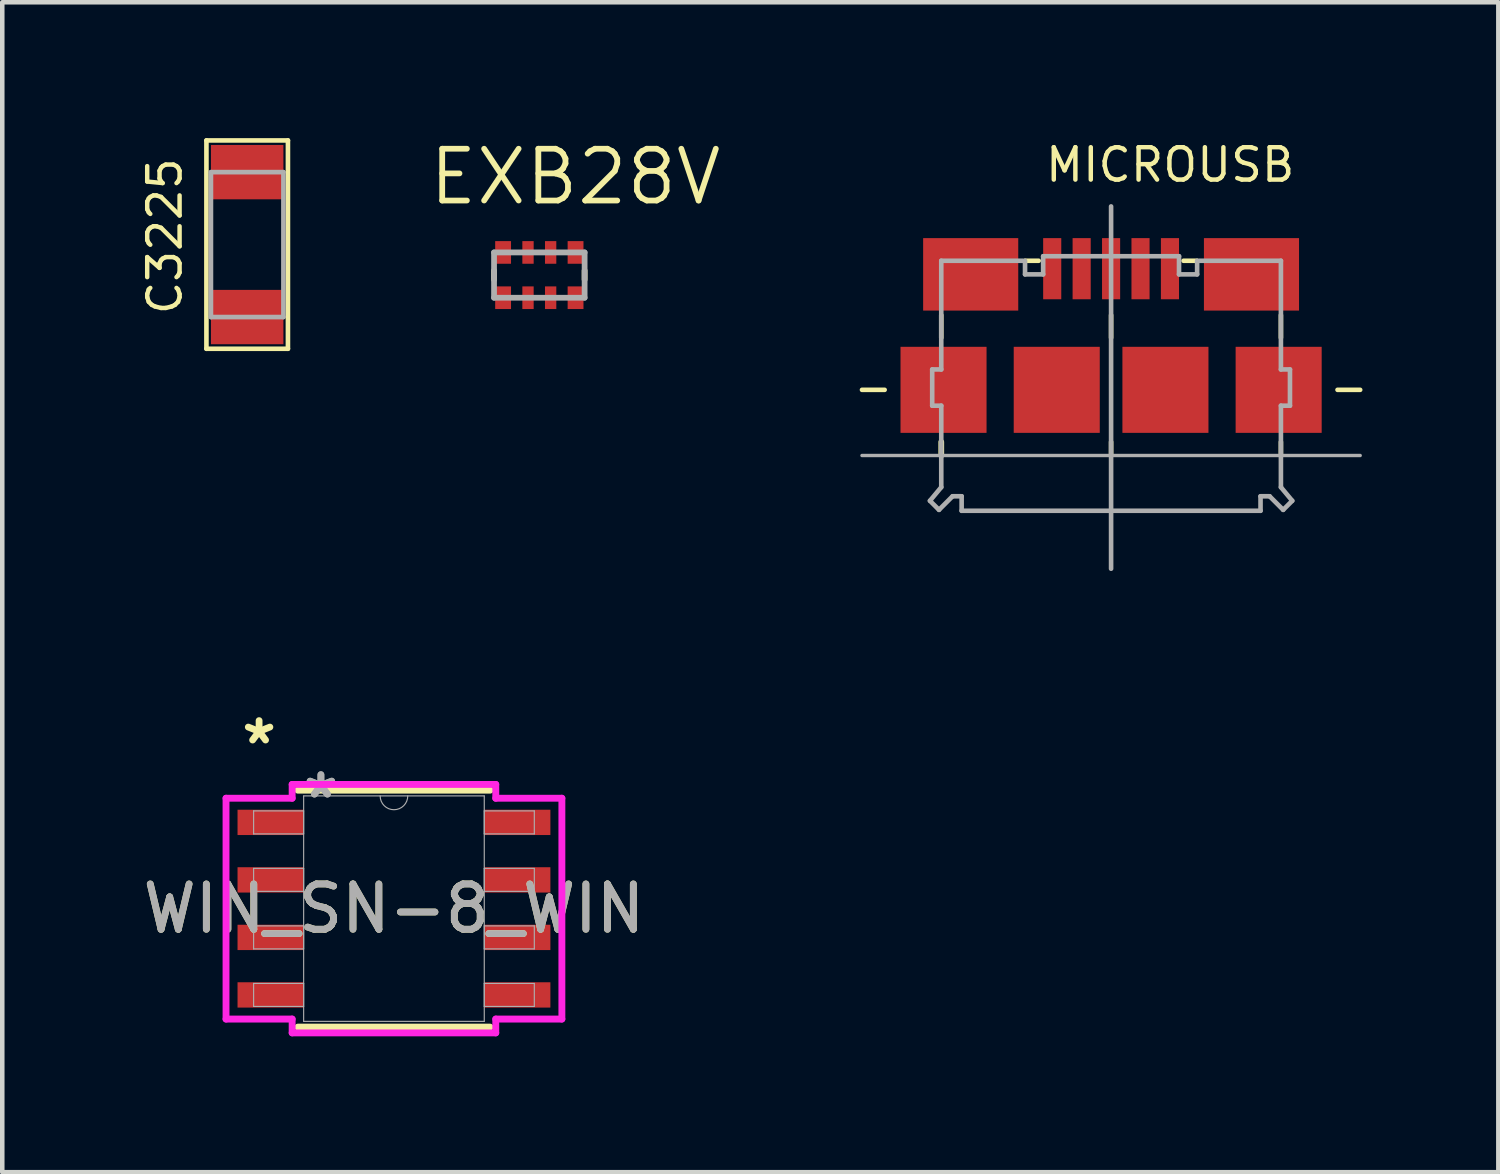
<source format=kicad_pcb>
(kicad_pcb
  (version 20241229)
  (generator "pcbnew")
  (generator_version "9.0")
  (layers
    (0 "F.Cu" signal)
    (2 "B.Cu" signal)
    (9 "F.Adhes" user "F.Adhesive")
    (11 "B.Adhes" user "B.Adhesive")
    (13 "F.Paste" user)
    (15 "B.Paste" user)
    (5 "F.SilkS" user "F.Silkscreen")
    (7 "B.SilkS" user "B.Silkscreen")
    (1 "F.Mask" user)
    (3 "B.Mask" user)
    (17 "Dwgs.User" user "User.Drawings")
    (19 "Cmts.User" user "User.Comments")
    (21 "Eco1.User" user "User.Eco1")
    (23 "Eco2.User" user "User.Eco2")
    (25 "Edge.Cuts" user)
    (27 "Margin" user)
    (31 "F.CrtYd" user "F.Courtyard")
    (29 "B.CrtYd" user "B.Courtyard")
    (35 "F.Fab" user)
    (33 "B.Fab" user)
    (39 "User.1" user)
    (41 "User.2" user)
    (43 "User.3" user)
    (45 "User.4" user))
  (footprint "MICROUSB"
    (layer "F.Cu")
    (at 21.484 7.008)
    (property "Reference" "MICROUSB" (at -1.5 -6 0) (layer "F.SilkS") (effects (font (size 0.715 0.715) (thickness 0.098)) (justify left bottom)))
    (fp_line (start -5 -1.45) (end -5.5 -1.45) (stroke (width 0.102) (type solid)) (layer "F.SilkS"))
    (fp_line (start -3.75 -2.6) (end -3.75 -3.1) (stroke (width 0.102) (type solid)) (layer "F.SilkS"))
    (fp_line (start -3.75 -0.3) (end -3.75 0) (stroke (width 0.127) (type solid)) (layer "F.SilkS"))
    (fp_line (start -1.9 -4.3) (end -1.6 -4.3) (stroke (width 0.102) (type solid)) (layer "F.SilkS"))
    (fp_line (start 0 -3.1) (end 0 -2.6) (stroke (width 0.102) (type solid)) (layer "F.SilkS"))
    (fp_line (start 0 -0.3) (end 0 0) (stroke (width 0.102) (type solid)) (layer "F.SilkS"))
    (fp_line (start 1.9 -4.3) (end 1.6 -4.3) (stroke (width 0.102) (type solid)) (layer "F.SilkS"))
    (fp_line (start 3.75 -2.6) (end 3.75 -3.1) (stroke (width 0.102) (type solid)) (layer "F.SilkS"))
    (fp_line (start 3.75 0) (end 3.75 -0.3) (stroke (width 0.102) (type solid)) (layer "F.SilkS"))
    (fp_line (start 5.5 -1.45) (end 5 -1.45) (stroke (width 0.102) (type solid)) (layer "F.SilkS"))
    (fp_line (start -5.5 0) (end 5.5 0) (stroke (width 0.076) (type solid)) (layer "F.Fab"))
    (fp_line (start -4 1) (end -3.8 1.2) (stroke (width 0.102) (type solid)) (layer "F.Fab"))
    (fp_line (start -3.95 -1.9) (end -3.95 -1.1) (stroke (width 0.102) (type solid)) (layer "F.Fab"))
    (fp_line (start -3.95 -1.9) (end -3.75 -1.9) (stroke (width 0.102) (type solid)) (layer "F.Fab"))
    (fp_line (start -3.95 -1.1) (end -3.75 -1.1) (stroke (width 0.102) (type solid)) (layer "F.Fab"))
    (fp_line (start -3.8 1.2) (end -3.5 0.9) (stroke (width 0.102) (type solid)) (layer "F.Fab"))
    (fp_line (start -3.75 -4.3) (end -3.75 -1.9) (stroke (width 0.102) (type solid)) (layer "F.Fab"))
    (fp_line (start -3.75 -4.3) (end -1.95 -4.3) (stroke (width 0.102) (type solid)) (layer "F.Fab"))
    (fp_line (start -3.75 -1.1) (end -3.75 0.7) (stroke (width 0.102) (type solid)) (layer "F.Fab"))
    (fp_line (start -3.75 0.7) (end -4 1) (stroke (width 0.102) (type solid)) (layer "F.Fab"))
    (fp_line (start -3.5 0.9) (end -3.3 0.9) (stroke (width 0.102) (type solid)) (layer "F.Fab"))
    (fp_line (start -3.3 0.9) (end -3.3 1.22) (stroke (width 0.102) (type solid)) (layer "F.Fab"))
    (fp_line (start -1.9 -4.3) (end -1.9 -4) (stroke (width 0.102) (type solid)) (layer "F.Fab"))
    (fp_line (start -1.9 -4) (end -1.5 -4) (stroke (width 0.102) (type solid)) (layer "F.Fab"))
    (fp_line (start -1.5 -4) (end -1.5 -4.4) (stroke (width 0.102) (type solid)) (layer "F.Fab"))
    (fp_line (start 0 2.5) (end 0 -5.5) (stroke (width 0.102) (type solid)) (layer "F.Fab"))
    (fp_line (start 1.5 -4.4) (end -1.5 -4.4) (stroke (width 0.102) (type solid)) (layer "F.Fab"))
    (fp_line (start 1.5 -4) (end 1.5 -4.4) (stroke (width 0.102) (type solid)) (layer "F.Fab"))
    (fp_line (start 1.9 -4.3) (end 1.9 -4) (stroke (width 0.102) (type solid)) (layer "F.Fab"))
    (fp_line (start 1.9 -4) (end 1.5 -4) (stroke (width 0.102) (type solid)) (layer "F.Fab"))
    (fp_line (start 3.3 0.9) (end 3.3 1.22) (stroke (width 0.102) (type solid)) (layer "F.Fab"))
    (fp_line (start 3.3 1.22) (end -3.3 1.22) (stroke (width 0.102) (type solid)) (layer "F.Fab"))
    (fp_line (start 3.5 0.9) (end 3.3 0.9) (stroke (width 0.102) (type solid)) (layer "F.Fab"))
    (fp_line (start 3.75 -4.3) (end 1.95 -4.3) (stroke (width 0.102) (type solid)) (layer "F.Fab"))
    (fp_line (start 3.75 -4.3) (end 3.75 -1.9) (stroke (width 0.102) (type solid)) (layer "F.Fab"))
    (fp_line (start 3.75 -1.1) (end 3.75 0.7) (stroke (width 0.102) (type solid)) (layer "F.Fab"))
    (fp_line (start 3.75 0.7) (end 4 1) (stroke (width 0.102) (type solid)) (layer "F.Fab"))
    (fp_line (start 3.8 1.2) (end 3.5 0.9) (stroke (width 0.102) (type solid)) (layer "F.Fab"))
    (fp_line (start 3.95 -1.9) (end 3.75 -1.9) (stroke (width 0.102) (type solid)) (layer "F.Fab"))
    (fp_line (start 3.95 -1.9) (end 3.95 -1.1) (stroke (width 0.102) (type solid)) (layer "F.Fab"))
    (fp_line (start 3.95 -1.1) (end 3.75 -1.1) (stroke (width 0.102) (type solid)) (layer "F.Fab"))
    (fp_line (start 4 1) (end 3.8 1.2) (stroke (width 0.102) (type solid)) (layer "F.Fab"))
    (pad "1" smd rect (at -1.3 -4.125 180) (size 0.4 1.35) (layers "F.Cu" "F.Mask" "F.Paste"))
    (pad "2" smd rect (at -0.65 -4.125 180) (size 0.4 1.35) (layers "F.Cu" "F.Mask" "F.Paste"))
    (pad "3" smd rect (at 0 -4.125 180) (size 0.4 1.35) (layers "F.Cu" "F.Mask" "F.Paste"))
    (pad "4" smd rect (at 0.65 -4.125 180) (size 0.4 1.35) (layers "F.Cu" "F.Mask" "F.Paste"))
    (pad "5" smd rect (at 1.3 -4.125 180) (size 0.4 1.35) (layers "F.Cu" "F.Mask" "F.Paste"))
    (pad "G1" smd rect (at -3.7 -1.45) (size 1.9 1.9) (layers "F.Cu" "F.Mask" "F.Paste"))
    (pad "G2" smd rect (at 3.7 -1.45) (size 1.9 1.9) (layers "F.Cu" "F.Mask" "F.Paste"))
    (pad "G3" smd rect (at -3.1 -4 180) (size 2.1 1.6) (layers "F.Cu" "F.Mask" "F.Paste"))
    (pad "G4" smd rect (at 3.1 -4 180) (size 2.1 1.6) (layers "F.Cu" "F.Mask" "F.Paste"))
    (pad "G5" smd rect (at -1.2 -1.45) (size 1.9 1.9) (layers "F.Cu" "F.Mask" "F.Paste"))
    (pad "G6" smd rect (at 1.2 -1.45) (size 1.9 1.9) (layers "F.Cu" "F.Mask" "F.Paste")))
  (footprint "EXB28V"
    (layer "F.Cu")
    (at 8.859 3.024)
    (property "Reference" "EXB28V" (at -2.5 -1.5 0) (layer "F.SilkS") (effects (font (size 1.143 1.143) (thickness 0.127)) (justify left bottom)))
    (fp_line (start -1 -0.1) (end -1 0.1) (stroke (width 0.127) (type solid)) (layer "F.SilkS"))
    (fp_line (start 1 -0.1) (end 1 0.1) (stroke (width 0.127) (type solid)) (layer "F.SilkS"))
    (fp_line (start -1 -0.5) (end -1 0.5) (stroke (width 0.127) (type solid)) (layer "F.Fab"))
    (fp_line (start -1 -0.5) (end 1 -0.5) (stroke (width 0.127) (type solid)) (layer "F.Fab"))
    (fp_line (start -1 0.5) (end 1 0.5) (stroke (width 0.127) (type solid)) (layer "F.Fab"))
    (fp_line (start 1 0.5) (end 1 -0.5) (stroke (width 0.127) (type solid)) (layer "F.Fab"))
    (pad "1" smd rect (at -0.8 0.5) (size 0.35 0.5) (layers "F.Cu" "F.Mask" "F.Paste"))
    (pad "2" smd rect (at -0.8 -0.5) (size 0.35 0.5) (layers "F.Cu" "F.Mask" "F.Paste"))
    (pad "3" smd rect (at -0.25 0.5) (size 0.25 0.5) (layers "F.Cu" "F.Mask" "F.Paste"))
    (pad "4" smd rect (at -0.25 -0.5) (size 0.25 0.5) (layers "F.Cu" "F.Mask" "F.Paste"))
    (pad "5" smd rect (at 0.25 0.5) (size 0.25 0.5) (layers "F.Cu" "F.Mask" "F.Paste"))
    (pad "6" smd rect (at 0.25 -0.5) (size 0.25 0.5) (layers "F.Cu" "F.Mask" "F.Paste"))
    (pad "7" smd rect (at 0.8 0.5) (size 0.35 0.5) (layers "F.Cu" "F.Mask" "F.Paste"))
    (pad "8" smd rect (at 0.8 -0.5) (size 0.35 0.5) (layers "F.Cu" "F.Mask" "F.Paste")))
  (footprint "WIN_SN-8_WIN"
    (layer "F.Cu")
    (at 5.649 17.014)
    (property "Reference" "WIN_SN-8_WIN" (at 0 0 0) (unlocked yes) (layer "F.SilkS") (effects (font (size 1 1) (thickness 0.15))))
    (attr smd)
    (fp_line (start -2.121 2.616) (end 2.121 2.616) (stroke (width 0.152) (type solid)) (layer "F.SilkS"))
    (fp_line (start 2.121 -2.616) (end -2.121 -2.616) (stroke (width 0.152) (type solid)) (layer "F.SilkS"))
    (fp_line (start -3.708 -2.438) (end -2.248 -2.438) (stroke (width 0.152) (type solid)) (layer "F.CrtYd"))
    (fp_line (start -3.708 2.438) (end -3.708 -2.438) (stroke (width 0.152) (type solid)) (layer "F.CrtYd"))
    (fp_line (start -3.708 2.438) (end -2.248 2.438) (stroke (width 0.152) (type solid)) (layer "F.CrtYd"))
    (fp_line (start -2.248 -2.743) (end 2.248 -2.743) (stroke (width 0.152) (type solid)) (layer "F.CrtYd"))
    (fp_line (start -2.248 -2.438) (end -2.248 -2.743) (stroke (width 0.152) (type solid)) (layer "F.CrtYd"))
    (fp_line (start -2.248 2.743) (end -2.248 2.438) (stroke (width 0.152) (type solid)) (layer "F.CrtYd"))
    (fp_line (start 2.248 -2.743) (end 2.248 -2.438) (stroke (width 0.152) (type solid)) (layer "F.CrtYd"))
    (fp_line (start 2.248 2.438) (end 2.248 2.743) (stroke (width 0.152) (type solid)) (layer "F.CrtYd"))
    (fp_line (start 2.248 2.743) (end -2.248 2.743) (stroke (width 0.152) (type solid)) (layer "F.CrtYd"))
    (fp_line (start 3.708 -2.438) (end 2.248 -2.438) (stroke (width 0.152) (type solid)) (layer "F.CrtYd"))
    (fp_line (start 3.708 -2.438) (end 3.708 2.438) (stroke (width 0.152) (type solid)) (layer "F.CrtYd"))
    (fp_line (start 3.708 2.438) (end 2.248 2.438) (stroke (width 0.152) (type solid)) (layer "F.CrtYd"))
    (fp_line (start -3.099 -2.159) (end -3.099 -1.651) (stroke (width 0.025) (type solid)) (layer "F.Fab"))
    (fp_line (start -3.099 -1.651) (end -1.994 -1.651) (stroke (width 0.025) (type solid)) (layer "F.Fab"))
    (fp_line (start -3.099 -0.889) (end -3.099 -0.381) (stroke (width 0.025) (type solid)) (layer "F.Fab"))
    (fp_line (start -3.099 -0.381) (end -1.994 -0.381) (stroke (width 0.025) (type solid)) (layer "F.Fab"))
    (fp_line (start -3.099 0.381) (end -3.099 0.889) (stroke (width 0.025) (type solid)) (layer "F.Fab"))
    (fp_line (start -3.099 0.889) (end -1.994 0.889) (stroke (width 0.025) (type solid)) (layer "F.Fab"))
    (fp_line (start -3.099 1.651) (end -3.099 2.159) (stroke (width 0.025) (type solid)) (layer "F.Fab"))
    (fp_line (start -3.099 2.159) (end -1.994 2.159) (stroke (width 0.025) (type solid)) (layer "F.Fab"))
    (fp_line (start -1.994 -2.489) (end -1.994 2.489) (stroke (width 0.025) (type solid)) (layer "F.Fab"))
    (fp_line (start -1.994 -2.159) (end -3.099 -2.159) (stroke (width 0.025) (type solid)) (layer "F.Fab"))
    (fp_line (start -1.994 -1.651) (end -1.994 -2.159) (stroke (width 0.025) (type solid)) (layer "F.Fab"))
    (fp_line (start -1.994 -0.889) (end -3.099 -0.889) (stroke (width 0.025) (type solid)) (layer "F.Fab"))
    (fp_line (start -1.994 -0.381) (end -1.994 -0.889) (stroke (width 0.025) (type solid)) (layer "F.Fab"))
    (fp_line (start -1.994 0.381) (end -3.099 0.381) (stroke (width 0.025) (type solid)) (layer "F.Fab"))
    (fp_line (start -1.994 0.889) (end -1.994 0.381) (stroke (width 0.025) (type solid)) (layer "F.Fab"))
    (fp_line (start -1.994 1.651) (end -3.099 1.651) (stroke (width 0.025) (type solid)) (layer "F.Fab"))
    (fp_line (start -1.994 2.159) (end -1.994 1.651) (stroke (width 0.025) (type solid)) (layer "F.Fab"))
    (fp_line (start -1.994 2.489) (end 1.994 2.489) (stroke (width 0.025) (type solid)) (layer "F.Fab"))
    (fp_line (start 1.994 -2.489) (end -1.994 -2.489) (stroke (width 0.025) (type solid)) (layer "F.Fab"))
    (fp_line (start 1.994 -2.159) (end 1.994 -1.651) (stroke (width 0.025) (type solid)) (layer "F.Fab"))
    (fp_line (start 1.994 -1.651) (end 3.099 -1.651) (stroke (width 0.025) (type solid)) (layer "F.Fab"))
    (fp_line (start 1.994 -0.889) (end 1.994 -0.381) (stroke (width 0.025) (type solid)) (layer "F.Fab"))
    (fp_line (start 1.994 -0.381) (end 3.099 -0.381) (stroke (width 0.025) (type solid)) (layer "F.Fab"))
    (fp_line (start 1.994 0.381) (end 1.994 0.889) (stroke (width 0.025) (type solid)) (layer "F.Fab"))
    (fp_line (start 1.994 0.889) (end 3.099 0.889) (stroke (width 0.025) (type solid)) (layer "F.Fab"))
    (fp_line (start 1.994 1.651) (end 1.994 2.159) (stroke (width 0.025) (type solid)) (layer "F.Fab"))
    (fp_line (start 1.994 2.159) (end 3.099 2.159) (stroke (width 0.025) (type solid)) (layer "F.Fab"))
    (fp_line (start 1.994 2.489) (end 1.994 -2.489) (stroke (width 0.025) (type solid)) (layer "F.Fab"))
    (fp_line (start 3.099 -2.159) (end 1.994 -2.159) (stroke (width 0.025) (type solid)) (layer "F.Fab"))
    (fp_line (start 3.099 -1.651) (end 3.099 -2.159) (stroke (width 0.025) (type solid)) (layer "F.Fab"))
    (fp_line (start 3.099 -0.889) (end 1.994 -0.889) (stroke (width 0.025) (type solid)) (layer "F.Fab"))
    (fp_line (start 3.099 -0.381) (end 3.099 -0.889) (stroke (width 0.025) (type solid)) (layer "F.Fab"))
    (fp_line (start 3.099 0.381) (end 1.994 0.381) (stroke (width 0.025) (type solid)) (layer "F.Fab"))
    (fp_line (start 3.099 0.889) (end 3.099 0.381) (stroke (width 0.025) (type solid)) (layer "F.Fab"))
    (fp_line (start 3.099 1.651) (end 1.994 1.651) (stroke (width 0.025) (type solid)) (layer "F.Fab"))
    (fp_line (start 3.099 2.159) (end 3.099 1.651) (stroke (width 0.025) (type solid)) (layer "F.Fab"))
    (fp_arc (start 0.3048 -2.4892) (mid 0 -2.1844) (end -0.3048 -2.4892) (stroke (width 0.0254) (type solid)) (layer "F.Fab"))
    (fp_text user "*" (at -2.978 -3.607 0) (unlocked yes) (layer "F.SilkS") (effects (font (size 1 1) (thickness 0.15))))
    (fp_text user "*" (at -1.613 -2.413 0) (unlocked yes) (layer "F.Fab") (effects (font (size 1 1) (thickness 0.15))))
    (fp_text user "${REFERENCE}" (at 0 0 0) (unlocked yes) (layer "F.Fab") (effects (font (size 1 1) (thickness 0.15))))
    (fp_text user "*" (at -1.613 -2.413 0) (layer "F.Fab") (effects (font (size 1 1) (thickness 0.15))))
    (pad "1" smd rect (at -2.724 -1.905) (size 1.46 0.559) (layers "F.Cu" "F.Mask" "F.Paste"))
    (pad "2" smd rect (at -2.724 -0.635) (size 1.46 0.559) (layers "F.Cu" "F.Mask" "F.Paste"))
    (pad "3" smd rect (at -2.724 0.635) (size 1.46 0.559) (layers "F.Cu" "F.Mask" "F.Paste"))
    (pad "4" smd rect (at -2.724 1.905) (size 1.46 0.559) (layers "F.Cu" "F.Mask" "F.Paste"))
    (pad "5" smd rect (at 2.724 1.905) (size 1.46 0.559) (layers "F.Cu" "F.Mask" "F.Paste"))
    (pad "6" smd rect (at 2.724 0.635) (size 1.46 0.559) (layers "F.Cu" "F.Mask" "F.Paste"))
    (pad "7" smd rect (at 2.724 -0.635) (size 1.46 0.559) (layers "F.Cu" "F.Mask" "F.Paste"))
    (pad "8" smd rect (at 2.724 -1.905) (size 1.46 0.559) (layers "F.Cu" "F.Mask" "F.Paste")))
  (footprint "C3225"
    (layer "F.Cu")
    (at 2.408 2.351)
    (property "Reference" "C3225" (at -1.4 1.6 90) (layer "F.SilkS") (effects (font (size 0.715 0.715) (thickness 0.098)) (justify left bottom)))
    (fp_line (start -0.9 -2.3) (end -0.9 2.3) (stroke (width 0.102) (type solid)) (layer "F.SilkS"))
    (fp_line (start -0.9 -2.3) (end 0.9 -2.3) (stroke (width 0.102) (type solid)) (layer "F.SilkS"))
    (fp_line (start -0.9 2.3) (end 0.9 2.3) (stroke (width 0.102) (type solid)) (layer "F.SilkS"))
    (fp_line (start 0.9 -2.3) (end 0.9 2.3) (stroke (width 0.102) (type solid)) (layer "F.SilkS"))
    (fp_line (start -0.8 -1.6) (end -0.8 1.6) (stroke (width 0.102) (type solid)) (layer "F.Fab"))
    (fp_line (start -0.8 1.6) (end 0.8 1.6) (stroke (width 0.102) (type solid)) (layer "F.Fab"))
    (fp_line (start 0.8 -1.6) (end -0.8 -1.6) (stroke (width 0.102) (type solid)) (layer "F.Fab"))
    (fp_line (start 0.8 1.6) (end 0.8 -1.6) (stroke (width 0.102) (type solid)) (layer "F.Fab"))
    (pad "P$1" smd rect (at 0 -1.6) (size 1.6 1.2) (layers "F.Cu" "F.Mask" "F.Paste"))
    (pad "P$2" smd rect (at 0 1.6) (size 1.6 1.2) (layers "F.Cu" "F.Mask" "F.Paste")))
  (gr_rect
    (start -3 -3)
    (end 30.035 22.833)
    (stroke (width 0.1) (type default))
    (fill no)
    (layer "Edge.Cuts")))
</source>
